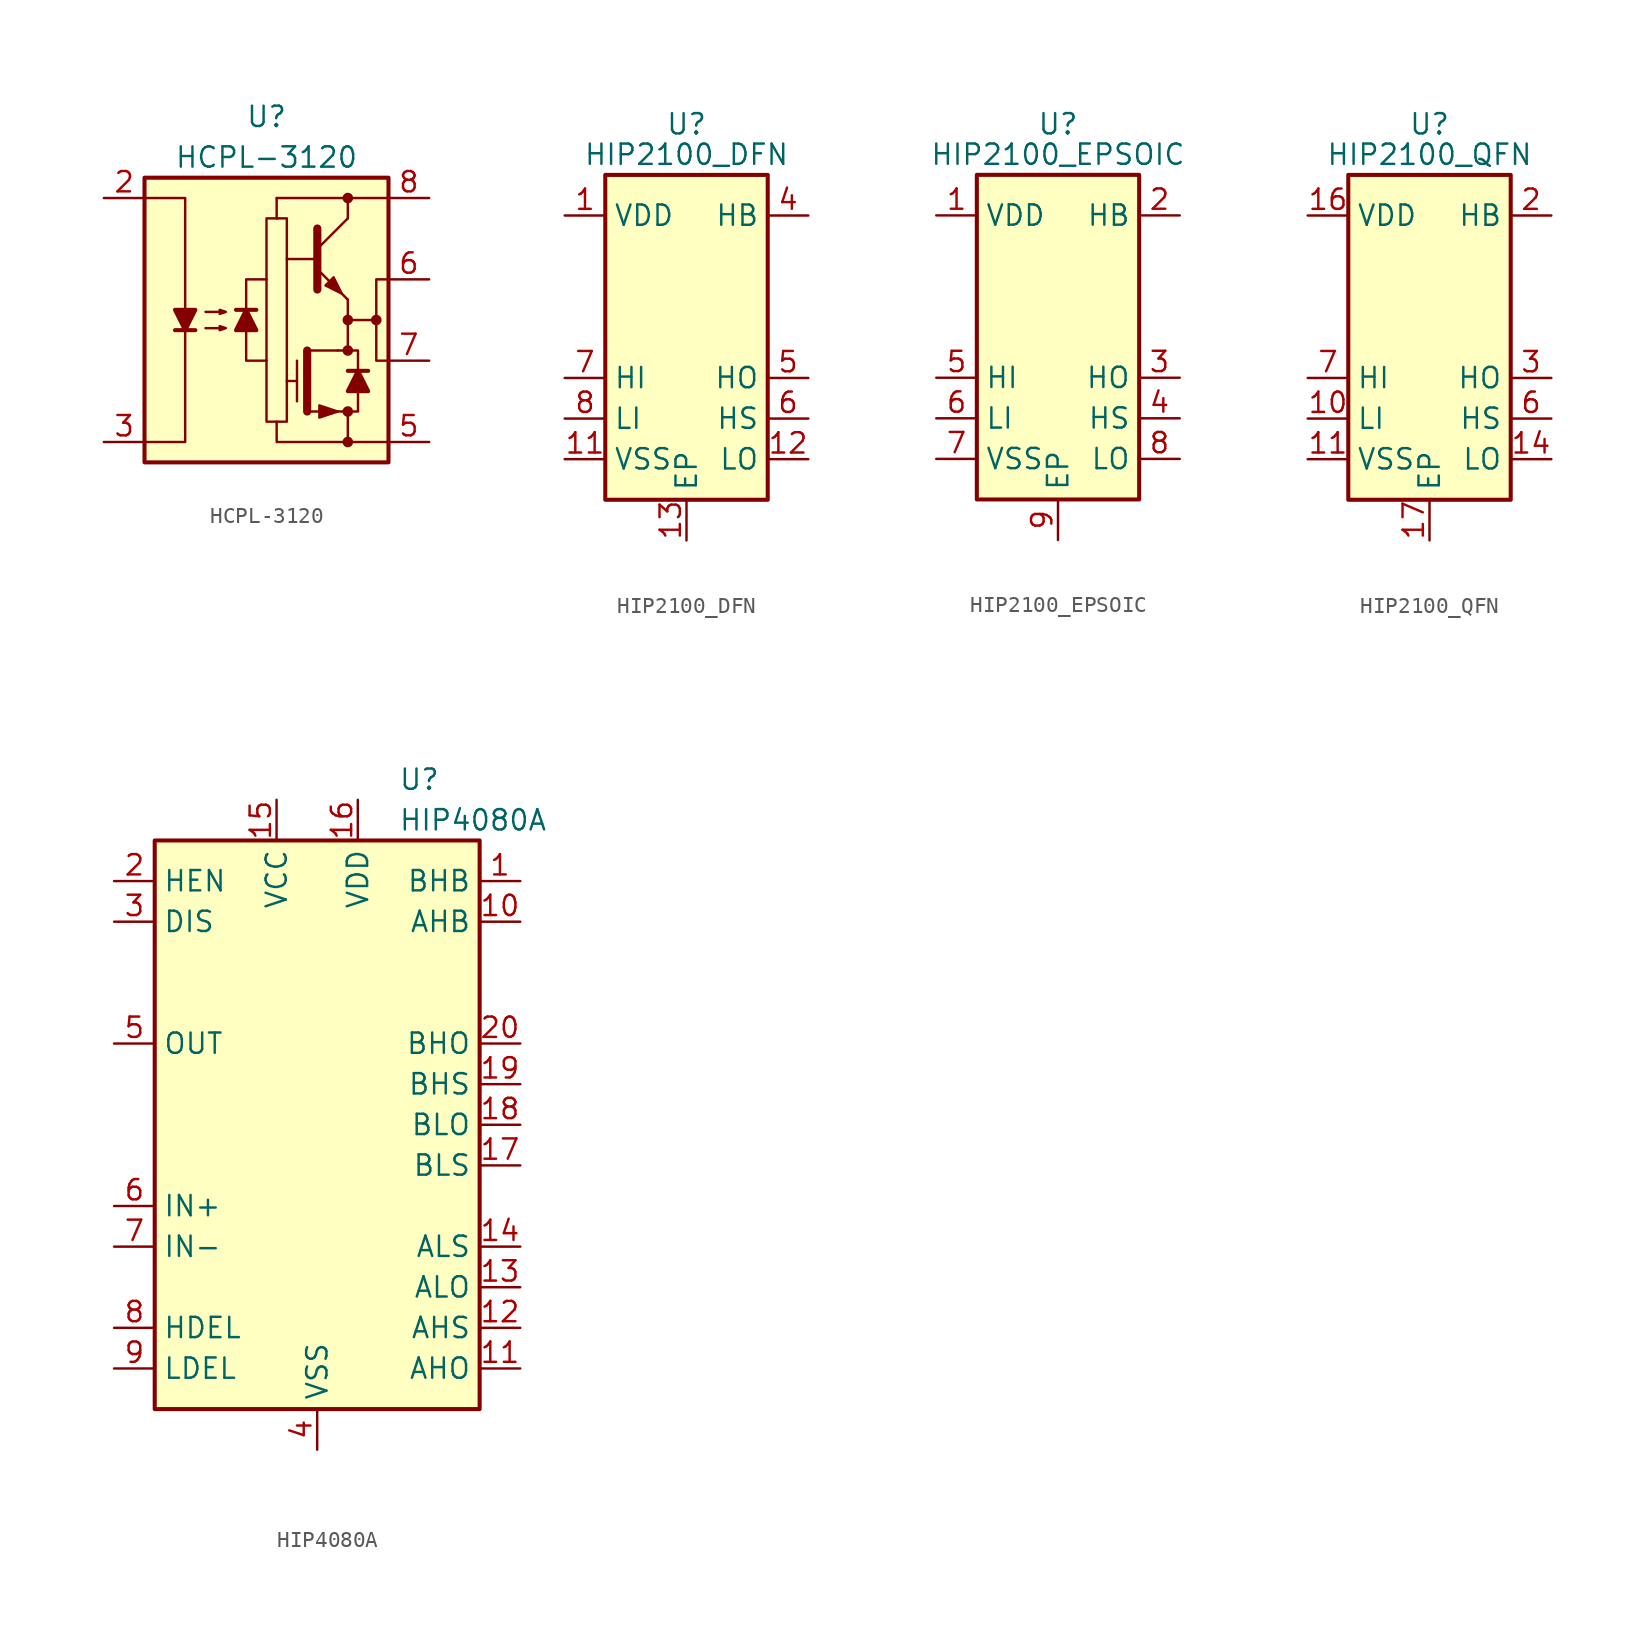
<source format=kicad_sym>
(kicad_symbol_lib
  (version 20211014)
  (generator kicad_symbol_editor)
  (symbol "HCPL-3120"
    (pin_names hide)
    (property "Reference" "U"
      (at 0 12.7 0)
      (effects (font (size 1.27 1.27))))
    (property "Value" "HCPL-3120"
      (at 0 10.16 0)
      (effects (font (size 1.27 1.27))))
    (symbol "HCPL-3120_0_1"
      (rectangle (start -7.62 8.89) (end 7.62 -8.89) (stroke (width 0.254) (type default) (color 0 0 0 0)) (fill (type background)))
      (polyline (pts (xy -5.715 -0.635) (xy -4.445 -0.635)) (stroke (width 0.254) (type default) (color 0 0 0 0)) (fill (type none)))
      (polyline (pts (xy -0.635 0.635) (xy -1.905 0.635)) (stroke (width 0.254) (type default) (color 0 0 0 0)) (fill (type none)))
      (polyline (pts (xy 1.27 -3.81) (xy 1.905 -3.81)) (stroke (width 0) (type default) (color 0 0 0 0)) (fill (type none)))
      (polyline (pts (xy 1.905 -5.08) (xy 1.905 -2.54)) (stroke (width 0) (type default) (color 0 0 0 0)) (fill (type none)))
      (polyline (pts (xy 2.54 -5.715) (xy 2.54 -1.905)) (stroke (width 0.508) (type default) (color 0 0 0 0)) (fill (type none)))
      (polyline (pts (xy 3.048 3.81) (xy 1.27 3.81)) (stroke (width 0) (type default) (color 0 0 0 0)) (fill (type none)))
      (polyline (pts (xy 3.175 4.445) (xy 5.08 6.35)) (stroke (width 0) (type default) (color 0 0 0 0)) (fill (type none)))
      (polyline (pts (xy 4.445 -1.905) (xy 2.54 -1.905)) (stroke (width 0) (type default) (color 0 0 0 0)) (fill (type none)))
      (polyline (pts (xy 5.08 -5.715) (xy 5.08 -7.62)) (stroke (width 0) (type default) (color 0 0 0 0)) (fill (type none)))
      (polyline (pts (xy 5.08 0) (xy 6.858 0)) (stroke (width 0) (type default) (color 0 0 0 0)) (fill (type none)))
      (polyline (pts (xy 5.08 1.27) (xy 3.175 3.175)) (stroke (width 0) (type default) (color 0 0 0 0)) (fill (type outline)))
      (polyline (pts (xy 5.08 1.27) (xy 5.08 -1.905)) (stroke (width 0) (type default) (color 0 0 0 0)) (fill (type none)))
      (polyline (pts (xy 5.08 6.35) (xy 5.08 7.62)) (stroke (width 0) (type default) (color 0 0 0 0)) (fill (type none)))
      (polyline (pts (xy 6.35 -3.175) (xy 5.08 -3.175)) (stroke (width 0.254) (type default) (color 0 0 0 0)) (fill (type none)))
      (polyline (pts (xy 7.62 7.62) (xy 0.635 7.62)) (stroke (width 0) (type default) (color 0 0 0 0)) (fill (type none)))
      (polyline (pts (xy -1.27 -0.635) (xy -1.27 -2.54) (xy 0 -2.54)) (stroke (width 0) (type default) (color 0 0 0 0)) (fill (type none)))
      (polyline (pts (xy -1.27 0.635) (xy -1.27 2.54) (xy 0 2.54)) (stroke (width 0) (type default) (color 0 0 0 0)) (fill (type none)))
      (polyline (pts (xy 0.635 -6.35) (xy 0.635 -7.62) (xy 7.62 -7.62)) (stroke (width 0) (type default) (color 0 0 0 0)) (fill (type none)))
      (polyline (pts (xy 3.175 5.715) (xy 3.175 1.905) (xy 3.175 1.905)) (stroke (width 0.508) (type default) (color 0 0 0 0)) (fill (type none)))
      (polyline (pts (xy 4.445 -1.905) (xy 5.715 -1.905) (xy 5.715 -3.175)) (stroke (width 0) (type default) (color 0 0 0 0)) (fill (type none)))
      (polyline (pts (xy 5.715 -4.445) (xy 5.715 -5.715) (xy 2.54 -5.715)) (stroke (width 0) (type default) (color 0 0 0 0)) (fill (type none)))
      (polyline (pts (xy -7.62 7.62) (xy -5.08 7.62) (xy -5.08 -7.62) (xy -7.62 -7.62)) (stroke (width 0) (type default) (color 0 0 0 0)) (fill (type none)))
      (polyline (pts (xy -5.08 -0.635) (xy -5.715 0.635) (xy -4.445 0.635) (xy -5.08 -0.635)) (stroke (width 0.254) (type default) (color 0 0 0 0)) (fill (type outline)))
      (polyline (pts (xy -1.27 0.635) (xy -0.635 -0.635) (xy -1.905 -0.635) (xy -1.27 0.635)) (stroke (width 0.254) (type default) (color 0 0 0 0)) (fill (type outline)))
      (polyline (pts (xy 4.445 -5.715) (xy 3.302 -5.334) (xy 3.302 -6.096) (xy 4.445 -5.715)) (stroke (width 0) (type default) (color 0 0 0 0)) (fill (type outline)))
      (polyline (pts (xy 5.715 -3.175) (xy 6.35 -4.445) (xy 5.08 -4.445) (xy 5.715 -3.175)) (stroke (width 0.254) (type default) (color 0 0 0 0)) (fill (type outline)))
      (polyline (pts (xy 7.62 2.54) (xy 6.858 2.54) (xy 6.858 -2.54) (xy 7.62 -2.54)) (stroke (width 0) (type default) (color 0 0 0 0)) (fill (type none)))
      (polyline (pts (xy -3.81 -0.508) (xy -2.54 -0.508) (xy -2.921 -0.635) (xy -2.921 -0.381) (xy -2.54 -0.508)) (stroke (width 0) (type default) (color 0 0 0 0)) (fill (type none)))
      (polyline (pts (xy -3.81 0.508) (xy -2.54 0.508) (xy -2.921 0.381) (xy -2.921 0.635) (xy -2.54 0.508)) (stroke (width 0) (type default) (color 0 0 0 0)) (fill (type none)))
      (polyline (pts (xy 1.27 6.35) (xy 1.27 -6.35) (xy 0 -6.35) (xy 0 6.35) (xy 1.27 6.35)) (stroke (width 0) (type default) (color 0 0 0 0)) (fill (type none)))
      (polyline (pts (xy 3.683 2.159) (xy 4.191 2.667) (xy 4.699 1.651) (xy 3.683 2.159) (xy 3.683 2.159)) (stroke (width 0) (type default) (color 0 0 0 0)) (fill (type outline)))
      (rectangle (start 0.635 6.35) (end 0.635 6.35) (stroke (width 0) (type default) (color 0 0 0 0)) (fill (type none)))
      (rectangle (start 0.635 6.35) (end 0.635 7.62) (stroke (width 0) (type default) (color 0 0 0 0)) (fill (type none)))
      (circle (center 5.08 -7.62) (radius 0.254) (stroke (width 0) (type default) (color 0 0 0 0)) (fill (type outline)))
      (circle (center 5.08 -5.715) (radius 0.254) (stroke (width 0) (type default) (color 0 0 0 0)) (fill (type outline)))
      (circle (center 5.08 -1.905) (radius 0.254) (stroke (width 0) (type default) (color 0 0 0 0)) (fill (type outline)))
      (circle (center 5.08 0) (radius 0.254) (stroke (width 0) (type default) (color 0 0 0 0)) (fill (type outline)))
      (circle (center 5.08 7.62) (radius 0.254) (stroke (width 0) (type default) (color 0 0 0 0)) (fill (type outline)))
      (circle (center 6.858 0) (radius 0.254) (stroke (width 0) (type default) (color 0 0 0 0)) (fill (type outline))))
    (symbol "HCPL-3120_1_1"
      (pin no_connect line (at -7.62 2.54 0) (length 2.54) hide (name "NC" (effects (font (size 1.27 1.27)))) (number "1" (effects (font (size 1.27 1.27)))))
      (pin passive line (at -10.16 7.62 0) (length 2.54) (name "A" (effects (font (size 1.27 1.27)))) (number "2" (effects (font (size 1.27 1.27)))))
      (pin passive line (at -10.16 -7.62 0) (length 2.54) (name "C" (effects (font (size 1.27 1.27)))) (number "3" (effects (font (size 1.27 1.27)))))
      (pin no_connect line (at -7.62 -2.54 0) (length 2.54) hide (name "NC" (effects (font (size 1.27 1.27)))) (number "4" (effects (font (size 1.27 1.27)))))
      (pin power_out line (at 10.16 -7.62 180) (length 2.54) (name "VEE" (effects (font (size 1.27 1.27)))) (number "5" (effects (font (size 1.27 1.27)))))
      (pin output line (at 10.16 2.54 180) (length 2.54) (name "VO" (effects (font (size 1.27 1.27)))) (number "6" (effects (font (size 1.27 1.27)))))
      (pin output line (at 10.16 -2.54 180) (length 2.54) (name "VO" (effects (font (size 1.27 1.27)))) (number "7" (effects (font (size 1.27 1.27)))))
      (pin power_in line (at 10.16 7.62 180) (length 2.54) (name "VCC" (effects (font (size 1.27 1.27)))) (number "8" (effects (font (size 1.27 1.27)))))))
  (symbol "HIP2100_DFN"
    (property "Reference" "U"
      (at 0 13.335 0)
      (effects (font (size 1.27 1.27))))
    (property "Value" "HIP2100_DFN"
      (at 0 11.43 0)
      (effects (font (size 1.27 1.27))))
    (symbol "HIP2100_DFN_0_1"
      (rectangle (start -5.08 -10.16) (end 5.08 10.16) (stroke (width 0.254) (type default) (color 0 0 0 0)) (fill (type background))))
    (symbol "HIP2100_DFN_1_1"
      (pin power_in line (at -7.62 7.62 0) (length 2.54) (name "VDD" (effects (font (size 1.27 1.27)))) (number "1" (effects (font (size 1.27 1.27)))))
      (pin no_connect line (at 5.08 2.54 180) (length 2.54) hide (name "NC" (effects (font (size 1.27 1.27)))) (number "10" (effects (font (size 1.27 1.27)))))
      (pin power_in line (at -7.62 -7.62 0) (length 2.54) (name "VSS" (effects (font (size 1.27 1.27)))) (number "11" (effects (font (size 1.27 1.27)))))
      (pin output line (at 7.62 -7.62 180) (length 2.54) (name "LO" (effects (font (size 1.27 1.27)))) (number "12" (effects (font (size 1.27 1.27)))))
      (pin output line (at 0 -12.7 90) (length 2.54) (name "EP" (effects (font (size 1.27 1.27)))) (number "13" (effects (font (size 1.27 1.27)))))
      (pin no_connect line (at -5.08 5.08 0) (length 2.54) hide (name "NC" (effects (font (size 1.27 1.27)))) (number "2" (effects (font (size 1.27 1.27)))))
      (pin no_connect line (at -5.08 2.54 0) (length 2.54) hide (name "NC" (effects (font (size 1.27 1.27)))) (number "3" (effects (font (size 1.27 1.27)))))
      (pin passive line (at 7.62 7.62 180) (length 2.54) (name "HB" (effects (font (size 1.27 1.27)))) (number "4" (effects (font (size 1.27 1.27)))))
      (pin output line (at 7.62 -2.54 180) (length 2.54) (name "HO" (effects (font (size 1.27 1.27)))) (number "5" (effects (font (size 1.27 1.27)))))
      (pin passive line (at 7.62 -5.08 180) (length 2.54) (name "HS" (effects (font (size 1.27 1.27)))) (number "6" (effects (font (size 1.27 1.27)))))
      (pin input line (at -7.62 -2.54 0) (length 2.54) (name "HI" (effects (font (size 1.27 1.27)))) (number "7" (effects (font (size 1.27 1.27)))))
      (pin input line (at -7.62 -5.08 0) (length 2.54) (name "LI" (effects (font (size 1.27 1.27)))) (number "8" (effects (font (size 1.27 1.27)))))
      (pin no_connect line (at 5.08 5.08 180) (length 2.54) hide (name "NC" (effects (font (size 1.27 1.27)))) (number "9" (effects (font (size 1.27 1.27)))))))
  (symbol "HIP2100_EPSOIC"
    (property "Reference" "U"
      (at 0 13.335 0)
      (effects (font (size 1.27 1.27))))
    (property "Value" "HIP2100_EPSOIC"
      (at 0 11.43 0)
      (effects (font (size 1.27 1.27))))
    (symbol "HIP2100_EPSOIC_0_1"
      (rectangle (start -5.08 -10.16) (end 5.08 10.16) (stroke (width 0.254) (type default) (color 0 0 0 0)) (fill (type background))))
    (symbol "HIP2100_EPSOIC_1_1"
      (pin power_in line (at -7.62 7.62 0) (length 2.54) (name "VDD" (effects (font (size 1.27 1.27)))) (number "1" (effects (font (size 1.27 1.27)))))
      (pin passive line (at 7.62 7.62 180) (length 2.54) (name "HB" (effects (font (size 1.27 1.27)))) (number "2" (effects (font (size 1.27 1.27)))))
      (pin output line (at 7.62 -2.54 180) (length 2.54) (name "HO" (effects (font (size 1.27 1.27)))) (number "3" (effects (font (size 1.27 1.27)))))
      (pin passive line (at 7.62 -5.08 180) (length 2.54) (name "HS" (effects (font (size 1.27 1.27)))) (number "4" (effects (font (size 1.27 1.27)))))
      (pin input line (at -7.62 -2.54 0) (length 2.54) (name "HI" (effects (font (size 1.27 1.27)))) (number "5" (effects (font (size 1.27 1.27)))))
      (pin input line (at -7.62 -5.08 0) (length 2.54) (name "LI" (effects (font (size 1.27 1.27)))) (number "6" (effects (font (size 1.27 1.27)))))
      (pin power_in line (at -7.62 -7.62 0) (length 2.54) (name "VSS" (effects (font (size 1.27 1.27)))) (number "7" (effects (font (size 1.27 1.27)))))
      (pin output line (at 7.62 -7.62 180) (length 2.54) (name "LO" (effects (font (size 1.27 1.27)))) (number "8" (effects (font (size 1.27 1.27)))))
      (pin output line (at 0 -12.7 90) (length 2.54) (name "EP" (effects (font (size 1.27 1.27)))) (number "9" (effects (font (size 1.27 1.27)))))))
  (symbol "HIP2100_QFN"
    (property "Reference" "U"
      (at 0 13.335 0)
      (effects (font (size 1.27 1.27))))
    (property "Value" "HIP2100_QFN"
      (at 0 11.43 0)
      (effects (font (size 1.27 1.27))))
    (symbol "HIP2100_QFN_0_1"
      (rectangle (start -5.08 -10.16) (end 5.08 10.16) (stroke (width 0.254) (type default) (color 0 0 0 0)) (fill (type background))))
    (symbol "HIP2100_QFN_1_1"
      (pin no_connect line (at -5.08 5.08 0) (length 2.54) hide (name "NC" (effects (font (size 1.27 1.27)))) (number "1" (effects (font (size 1.27 1.27)))))
      (pin input line (at -7.62 -5.08 0) (length 2.54) (name "LI" (effects (font (size 1.27 1.27)))) (number "10" (effects (font (size 1.27 1.27)))))
      (pin power_in line (at -7.62 -7.62 0) (length 2.54) (name "VSS" (effects (font (size 1.27 1.27)))) (number "11" (effects (font (size 1.27 1.27)))))
      (pin no_connect line (at 5.08 2.54 180) (length 2.54) hide (name "NC" (effects (font (size 1.27 1.27)))) (number "12" (effects (font (size 1.27 1.27)))))
      (pin no_connect line (at 5.08 0 180) (length 2.54) hide (name "NC" (effects (font (size 1.27 1.27)))) (number "13" (effects (font (size 1.27 1.27)))))
      (pin output line (at 7.62 -7.62 180) (length 2.54) (name "LO" (effects (font (size 1.27 1.27)))) (number "14" (effects (font (size 1.27 1.27)))))
      (pin no_connect line (at 5.08 -10.16 180) (length 2.54) hide (name "NC" (effects (font (size 1.27 1.27)))) (number "15" (effects (font (size 1.27 1.27)))))
      (pin power_in line (at -7.62 7.62 0) (length 2.54) (name "VDD" (effects (font (size 1.27 1.27)))) (number "16" (effects (font (size 1.27 1.27)))))
      (pin output line (at 0 -12.7 90) (length 2.54) (name "EP" (effects (font (size 1.27 1.27)))) (number "17" (effects (font (size 1.27 1.27)))))
      (pin passive line (at 7.62 7.62 180) (length 2.54) (name "HB" (effects (font (size 1.27 1.27)))) (number "2" (effects (font (size 1.27 1.27)))))
      (pin output line (at 7.62 -2.54 180) (length 2.54) (name "HO" (effects (font (size 1.27 1.27)))) (number "3" (effects (font (size 1.27 1.27)))))
      (pin no_connect line (at -5.08 2.54 0) (length 2.54) hide (name "NC" (effects (font (size 1.27 1.27)))) (number "4" (effects (font (size 1.27 1.27)))))
      (pin no_connect line (at -5.08 0 0) (length 2.54) hide (name "NC" (effects (font (size 1.27 1.27)))) (number "5" (effects (font (size 1.27 1.27)))))
      (pin passive line (at 7.62 -5.08 180) (length 2.54) (name "HS" (effects (font (size 1.27 1.27)))) (number "6" (effects (font (size 1.27 1.27)))))
      (pin input line (at -7.62 -2.54 0) (length 2.54) (name "HI" (effects (font (size 1.27 1.27)))) (number "7" (effects (font (size 1.27 1.27)))))
      (pin no_connect line (at -5.08 -10.16 0) (length 2.54) hide (name "NC" (effects (font (size 1.27 1.27)))) (number "8" (effects (font (size 1.27 1.27)))))
      (pin no_connect line (at 5.08 5.08 180) (length 2.54) hide (name "NC" (effects (font (size 1.27 1.27)))) (number "9" (effects (font (size 1.27 1.27)))))))
  (symbol "HIP4080A"
    (property "Reference" "U"
      (at 5.08 21.59 0)
      (effects (font (size 1.27 1.27)) (justify left)))
    (property "Value" "HIP4080A"
      (at 5.08 19.05 0)
      (effects (font (size 1.27 1.27)) (justify left)))
    (symbol "HIP4080A_0_1"
      (rectangle (start -10.16 -17.78) (end 10.16 17.78) (stroke (width 0.254) (type default) (color 0 0 0 0)) (fill (type background))))
    (symbol "HIP4080A_1_1"
      (pin input line (at 12.7 15.24 180) (length 2.54) (name "BHB" (effects (font (size 1.27 1.27)))) (number "1" (effects (font (size 1.27 1.27)))))
      (pin input line (at 12.7 12.7 180) (length 2.54) (name "AHB" (effects (font (size 1.27 1.27)))) (number "10" (effects (font (size 1.27 1.27)))))
      (pin output line (at 12.7 -15.24 180) (length 2.54) (name "AHO" (effects (font (size 1.27 1.27)))) (number "11" (effects (font (size 1.27 1.27)))))
      (pin passive line (at 12.7 -12.7 180) (length 2.54) (name "AHS" (effects (font (size 1.27 1.27)))) (number "12" (effects (font (size 1.27 1.27)))))
      (pin output line (at 12.7 -10.16 180) (length 2.54) (name "ALO" (effects (font (size 1.27 1.27)))) (number "13" (effects (font (size 1.27 1.27)))))
      (pin passive line (at 12.7 -7.62 180) (length 2.54) (name "ALS" (effects (font (size 1.27 1.27)))) (number "14" (effects (font (size 1.27 1.27)))))
      (pin power_in line (at -2.54 20.32 270) (length 2.54) (name "VCC" (effects (font (size 1.27 1.27)))) (number "15" (effects (font (size 1.27 1.27)))))
      (pin power_in line (at 2.54 20.32 270) (length 2.54) (name "VDD" (effects (font (size 1.27 1.27)))) (number "16" (effects (font (size 1.27 1.27)))))
      (pin passive line (at 12.7 -2.54 180) (length 2.54) (name "BLS" (effects (font (size 1.27 1.27)))) (number "17" (effects (font (size 1.27 1.27)))))
      (pin output line (at 12.7 0 180) (length 2.54) (name "BLO" (effects (font (size 1.27 1.27)))) (number "18" (effects (font (size 1.27 1.27)))))
      (pin passive line (at 12.7 2.54 180) (length 2.54) (name "BHS" (effects (font (size 1.27 1.27)))) (number "19" (effects (font (size 1.27 1.27)))))
      (pin output line (at -12.7 15.24 0) (length 2.54) (name "HEN" (effects (font (size 1.27 1.27)))) (number "2" (effects (font (size 1.27 1.27)))))
      (pin output line (at 12.7 5.08 180) (length 2.54) (name "BHO" (effects (font (size 1.27 1.27)))) (number "20" (effects (font (size 1.27 1.27)))))
      (pin output line (at -12.7 12.7 0) (length 2.54) (name "DIS" (effects (font (size 1.27 1.27)))) (number "3" (effects (font (size 1.27 1.27)))))
      (pin power_in line (at 0 -20.32 90) (length 2.54) (name "VSS" (effects (font (size 1.27 1.27)))) (number "4" (effects (font (size 1.27 1.27)))))
      (pin output line (at -12.7 5.08 0) (length 2.54) (name "OUT" (effects (font (size 1.27 1.27)))) (number "5" (effects (font (size 1.27 1.27)))))
      (pin input line (at -12.7 -5.08 0) (length 2.54) (name "IN+" (effects (font (size 1.27 1.27)))) (number "6" (effects (font (size 1.27 1.27)))))
      (pin input line (at -12.7 -7.62 0) (length 2.54) (name "IN-" (effects (font (size 1.27 1.27)))) (number "7" (effects (font (size 1.27 1.27)))))
      (pin passive line (at -12.7 -12.7 0) (length 2.54) (name "HDEL" (effects (font (size 1.27 1.27)))) (number "8" (effects (font (size 1.27 1.27)))))
      (pin passive line (at -12.7 -15.24 0) (length 2.54) (name "LDEL" (effects (font (size 1.27 1.27)))) (number "9" (effects (font (size 1.27 1.27))))))))
</source>
